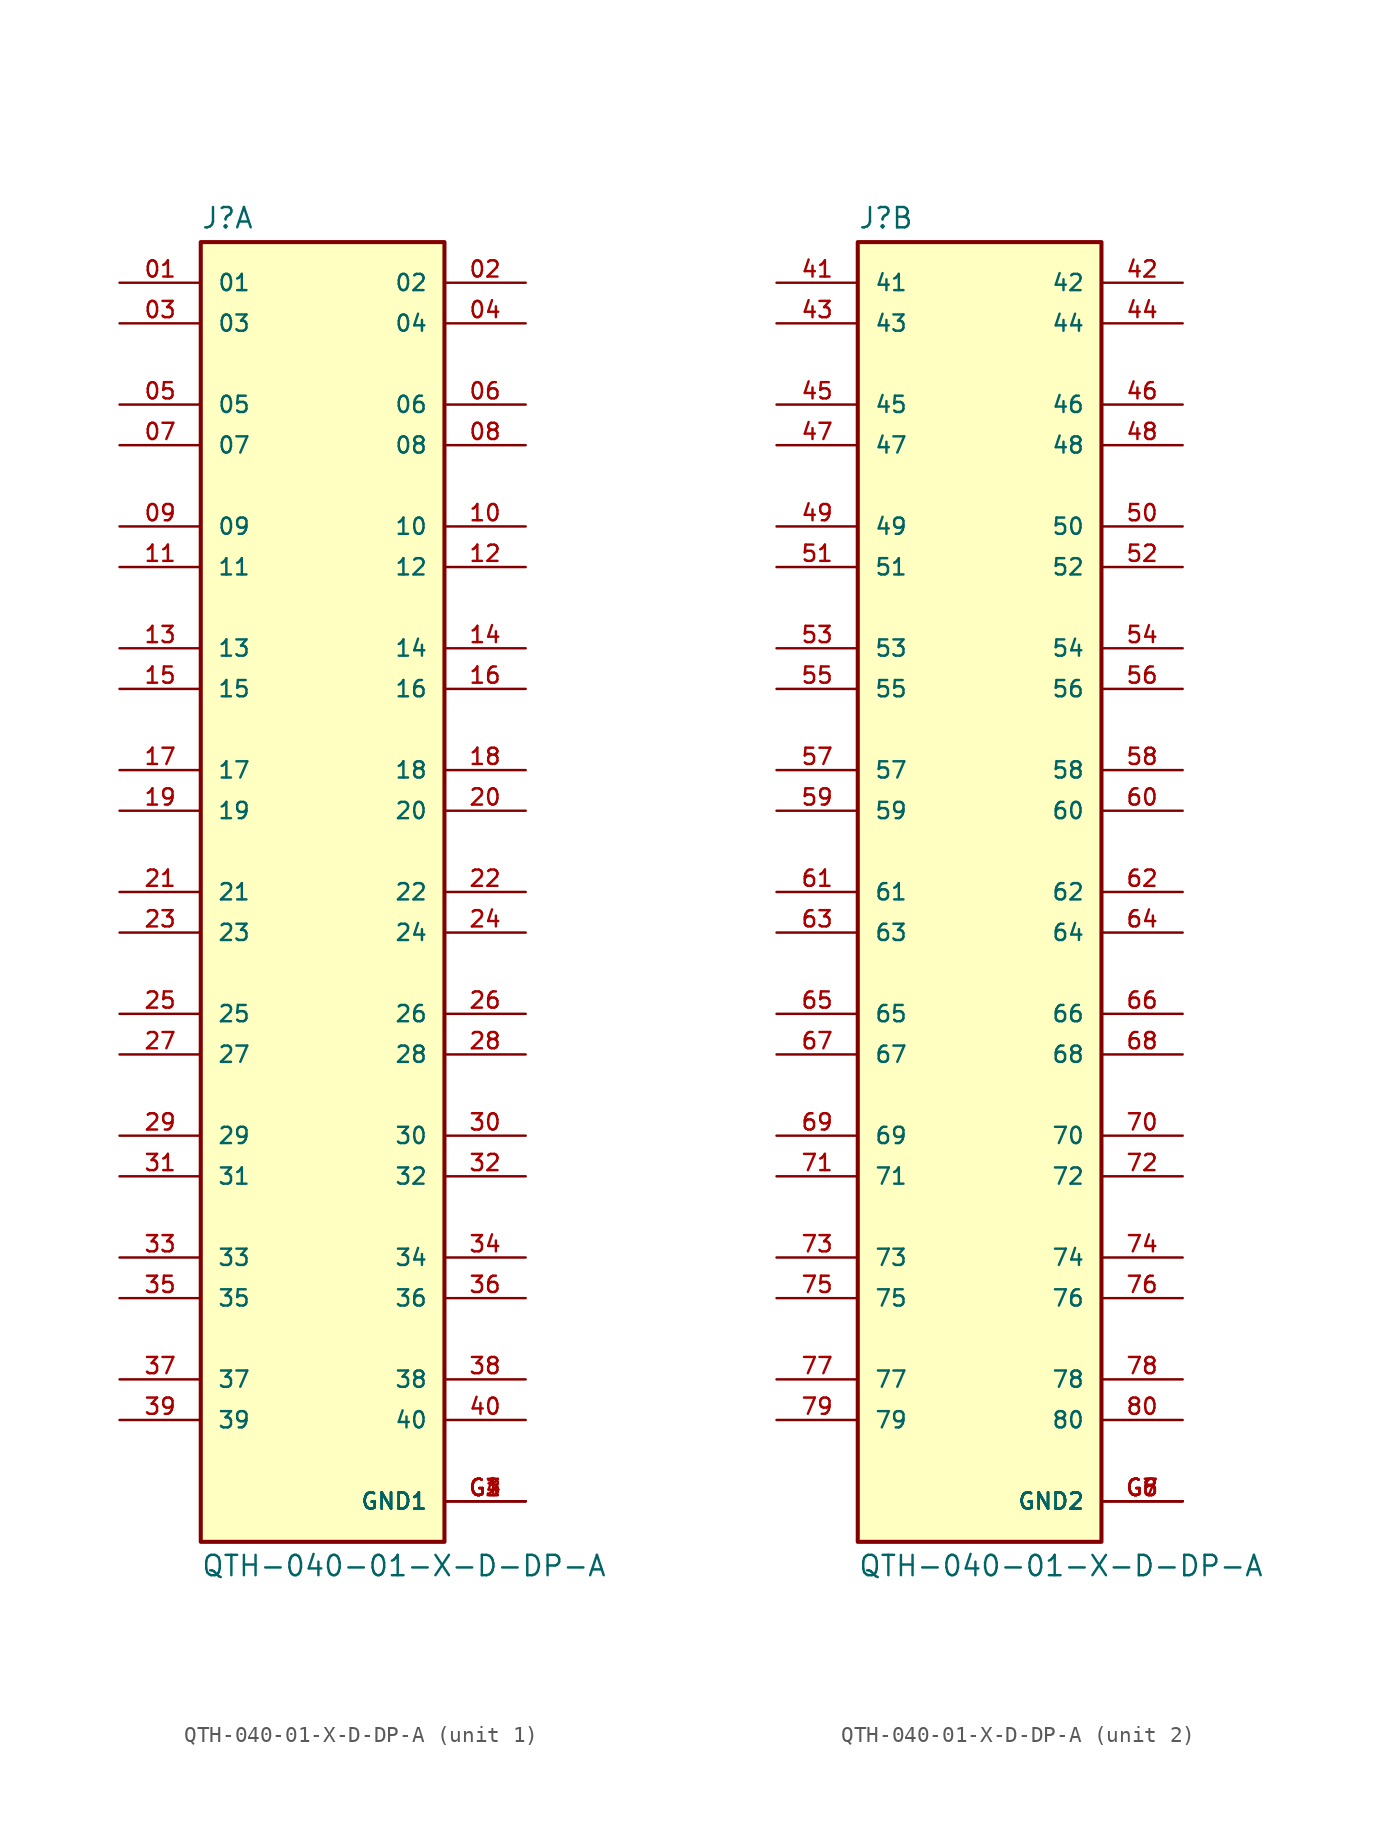
<source format=kicad_sym>
(kicad_symbol_lib
  (version 20211014)
  (generator kicad_symbol_editor)
  (symbol "QTH-040-01-X-D-DP-A"
    (pin_names
      (offset 1.016))
    (property "Reference" "J"
      (at -7.62 41.402 0)
      (effects (font (size 1.27 1.27)) (justify bottom left)))
    (property "Value" "QTH-040-01-X-D-DP-A"
      (at -7.62 -41.402 0)
      (effects (font (size 1.27 1.27)) (justify top left)))
    (symbol "QTH-040-01-X-D-DP-A_1_0"
      (rectangle (start -7.62 -40.64) (end 7.62 40.64) (stroke (width 0.254)) (fill (type background)))
      (pin passive line (at -12.7 38.1 0) (length 5.08) (name "01" (effects (font (size 1.016 1.016)))) (number "01" (effects (font (size 1.016 1.016)))))
      (pin passive line (at 12.7 38.1 180.0) (length 5.08) (name "02" (effects (font (size 1.016 1.016)))) (number "02" (effects (font (size 1.016 1.016)))))
      (pin passive line (at -12.7 35.56 0) (length 5.08) (name "03" (effects (font (size 1.016 1.016)))) (number "03" (effects (font (size 1.016 1.016)))))
      (pin passive line (at 12.7 35.56 180.0) (length 5.08) (name "04" (effects (font (size 1.016 1.016)))) (number "04" (effects (font (size 1.016 1.016)))))
      (pin passive line (at -12.7 30.48 0) (length 5.08) (name "05" (effects (font (size 1.016 1.016)))) (number "05" (effects (font (size 1.016 1.016)))))
      (pin passive line (at 12.7 30.48 180.0) (length 5.08) (name "06" (effects (font (size 1.016 1.016)))) (number "06" (effects (font (size 1.016 1.016)))))
      (pin passive line (at -12.7 27.94 0) (length 5.08) (name "07" (effects (font (size 1.016 1.016)))) (number "07" (effects (font (size 1.016 1.016)))))
      (pin passive line (at 12.7 27.94 180.0) (length 5.08) (name "08" (effects (font (size 1.016 1.016)))) (number "08" (effects (font (size 1.016 1.016)))))
      (pin passive line (at -12.7 22.86 0) (length 5.08) (name "09" (effects (font (size 1.016 1.016)))) (number "09" (effects (font (size 1.016 1.016)))))
      (pin passive line (at 12.7 22.86 180.0) (length 5.08) (name "10" (effects (font (size 1.016 1.016)))) (number "10" (effects (font (size 1.016 1.016)))))
      (pin passive line (at -12.7 20.32 0) (length 5.08) (name "11" (effects (font (size 1.016 1.016)))) (number "11" (effects (font (size 1.016 1.016)))))
      (pin passive line (at 12.7 20.32 180.0) (length 5.08) (name "12" (effects (font (size 1.016 1.016)))) (number "12" (effects (font (size 1.016 1.016)))))
      (pin passive line (at -12.7 15.24 0) (length 5.08) (name "13" (effects (font (size 1.016 1.016)))) (number "13" (effects (font (size 1.016 1.016)))))
      (pin passive line (at 12.7 15.24 180.0) (length 5.08) (name "14" (effects (font (size 1.016 1.016)))) (number "14" (effects (font (size 1.016 1.016)))))
      (pin passive line (at -12.7 12.7 0) (length 5.08) (name "15" (effects (font (size 1.016 1.016)))) (number "15" (effects (font (size 1.016 1.016)))))
      (pin passive line (at 12.7 12.7 180.0) (length 5.08) (name "16" (effects (font (size 1.016 1.016)))) (number "16" (effects (font (size 1.016 1.016)))))
      (pin passive line (at -12.7 7.62 0) (length 5.08) (name "17" (effects (font (size 1.016 1.016)))) (number "17" (effects (font (size 1.016 1.016)))))
      (pin passive line (at 12.7 7.62 180.0) (length 5.08) (name "18" (effects (font (size 1.016 1.016)))) (number "18" (effects (font (size 1.016 1.016)))))
      (pin passive line (at -12.7 5.08 0) (length 5.08) (name "19" (effects (font (size 1.016 1.016)))) (number "19" (effects (font (size 1.016 1.016)))))
      (pin passive line (at 12.7 5.08 180.0) (length 5.08) (name "20" (effects (font (size 1.016 1.016)))) (number "20" (effects (font (size 1.016 1.016)))))
      (pin passive line (at -12.7 0.0 0) (length 5.08) (name "21" (effects (font (size 1.016 1.016)))) (number "21" (effects (font (size 1.016 1.016)))))
      (pin passive line (at 12.7 0.0 180.0) (length 5.08) (name "22" (effects (font (size 1.016 1.016)))) (number "22" (effects (font (size 1.016 1.016)))))
      (pin passive line (at -12.7 -2.54 0) (length 5.08) (name "23" (effects (font (size 1.016 1.016)))) (number "23" (effects (font (size 1.016 1.016)))))
      (pin passive line (at 12.7 -2.54 180.0) (length 5.08) (name "24" (effects (font (size 1.016 1.016)))) (number "24" (effects (font (size 1.016 1.016)))))
      (pin passive line (at -12.7 -7.62 0) (length 5.08) (name "25" (effects (font (size 1.016 1.016)))) (number "25" (effects (font (size 1.016 1.016)))))
      (pin passive line (at 12.7 -7.62 180.0) (length 5.08) (name "26" (effects (font (size 1.016 1.016)))) (number "26" (effects (font (size 1.016 1.016)))))
      (pin passive line (at -12.7 -10.16 0) (length 5.08) (name "27" (effects (font (size 1.016 1.016)))) (number "27" (effects (font (size 1.016 1.016)))))
      (pin passive line (at 12.7 -10.16 180.0) (length 5.08) (name "28" (effects (font (size 1.016 1.016)))) (number "28" (effects (font (size 1.016 1.016)))))
      (pin passive line (at -12.7 -15.24 0) (length 5.08) (name "29" (effects (font (size 1.016 1.016)))) (number "29" (effects (font (size 1.016 1.016)))))
      (pin passive line (at 12.7 -15.24 180.0) (length 5.08) (name "30" (effects (font (size 1.016 1.016)))) (number "30" (effects (font (size 1.016 1.016)))))
      (pin passive line (at -12.7 -17.78 0) (length 5.08) (name "31" (effects (font (size 1.016 1.016)))) (number "31" (effects (font (size 1.016 1.016)))))
      (pin passive line (at 12.7 -17.78 180.0) (length 5.08) (name "32" (effects (font (size 1.016 1.016)))) (number "32" (effects (font (size 1.016 1.016)))))
      (pin passive line (at -12.7 -22.86 0) (length 5.08) (name "33" (effects (font (size 1.016 1.016)))) (number "33" (effects (font (size 1.016 1.016)))))
      (pin passive line (at 12.7 -22.86 180.0) (length 5.08) (name "34" (effects (font (size 1.016 1.016)))) (number "34" (effects (font (size 1.016 1.016)))))
      (pin passive line (at -12.7 -25.4 0) (length 5.08) (name "35" (effects (font (size 1.016 1.016)))) (number "35" (effects (font (size 1.016 1.016)))))
      (pin passive line (at 12.7 -25.4 180.0) (length 5.08) (name "36" (effects (font (size 1.016 1.016)))) (number "36" (effects (font (size 1.016 1.016)))))
      (pin passive line (at -12.7 -30.48 0) (length 5.08) (name "37" (effects (font (size 1.016 1.016)))) (number "37" (effects (font (size 1.016 1.016)))))
      (pin passive line (at 12.7 -30.48 180.0) (length 5.08) (name "38" (effects (font (size 1.016 1.016)))) (number "38" (effects (font (size 1.016 1.016)))))
      (pin passive line (at -12.7 -33.02 0) (length 5.08) (name "39" (effects (font (size 1.016 1.016)))) (number "39" (effects (font (size 1.016 1.016)))))
      (pin passive line (at 12.7 -33.02 180.0) (length 5.08) (name "40" (effects (font (size 1.016 1.016)))) (number "40" (effects (font (size 1.016 1.016)))))
      (pin power_in line (at 12.7 -38.1 180.0) (length 5.08) (name "GND1" (effects (font (size 1.016 1.016)))) (number "G1" (effects (font (size 1.016 1.016)))))
      (pin power_in line (at 12.7 -38.1 180.0) (length 5.08) (name "GND1" (effects (font (size 1.016 1.016)))) (number "G2" (effects (font (size 1.016 1.016)))))
      (pin power_in line (at 12.7 -38.1 180.0) (length 5.08) (name "GND1" (effects (font (size 1.016 1.016)))) (number "G3" (effects (font (size 1.016 1.016)))))
      (pin power_in line (at 12.7 -38.1 180.0) (length 5.08) (name "GND1" (effects (font (size 1.016 1.016)))) (number "G4" (effects (font (size 1.016 1.016))))))
    (symbol "QTH-040-01-X-D-DP-A_2_0"
      (rectangle (start -7.62 -40.64) (end 7.62 40.64) (stroke (width 0.254)) (fill (type background)))
      (pin passive line (at -12.7 38.1 0) (length 5.08) (name "41" (effects (font (size 1.016 1.016)))) (number "41" (effects (font (size 1.016 1.016)))))
      (pin passive line (at 12.7 38.1 180.0) (length 5.08) (name "42" (effects (font (size 1.016 1.016)))) (number "42" (effects (font (size 1.016 1.016)))))
      (pin passive line (at -12.7 35.56 0) (length 5.08) (name "43" (effects (font (size 1.016 1.016)))) (number "43" (effects (font (size 1.016 1.016)))))
      (pin passive line (at 12.7 35.56 180.0) (length 5.08) (name "44" (effects (font (size 1.016 1.016)))) (number "44" (effects (font (size 1.016 1.016)))))
      (pin passive line (at -12.7 30.48 0) (length 5.08) (name "45" (effects (font (size 1.016 1.016)))) (number "45" (effects (font (size 1.016 1.016)))))
      (pin passive line (at 12.7 30.48 180.0) (length 5.08) (name "46" (effects (font (size 1.016 1.016)))) (number "46" (effects (font (size 1.016 1.016)))))
      (pin passive line (at -12.7 27.94 0) (length 5.08) (name "47" (effects (font (size 1.016 1.016)))) (number "47" (effects (font (size 1.016 1.016)))))
      (pin passive line (at 12.7 27.94 180.0) (length 5.08) (name "48" (effects (font (size 1.016 1.016)))) (number "48" (effects (font (size 1.016 1.016)))))
      (pin passive line (at -12.7 22.86 0) (length 5.08) (name "49" (effects (font (size 1.016 1.016)))) (number "49" (effects (font (size 1.016 1.016)))))
      (pin passive line (at 12.7 22.86 180.0) (length 5.08) (name "50" (effects (font (size 1.016 1.016)))) (number "50" (effects (font (size 1.016 1.016)))))
      (pin passive line (at -12.7 20.32 0) (length 5.08) (name "51" (effects (font (size 1.016 1.016)))) (number "51" (effects (font (size 1.016 1.016)))))
      (pin passive line (at 12.7 20.32 180.0) (length 5.08) (name "52" (effects (font (size 1.016 1.016)))) (number "52" (effects (font (size 1.016 1.016)))))
      (pin passive line (at -12.7 15.24 0) (length 5.08) (name "53" (effects (font (size 1.016 1.016)))) (number "53" (effects (font (size 1.016 1.016)))))
      (pin passive line (at 12.7 15.24 180.0) (length 5.08) (name "54" (effects (font (size 1.016 1.016)))) (number "54" (effects (font (size 1.016 1.016)))))
      (pin passive line (at -12.7 12.7 0) (length 5.08) (name "55" (effects (font (size 1.016 1.016)))) (number "55" (effects (font (size 1.016 1.016)))))
      (pin passive line (at 12.7 12.7 180.0) (length 5.08) (name "56" (effects (font (size 1.016 1.016)))) (number "56" (effects (font (size 1.016 1.016)))))
      (pin passive line (at -12.7 7.62 0) (length 5.08) (name "57" (effects (font (size 1.016 1.016)))) (number "57" (effects (font (size 1.016 1.016)))))
      (pin passive line (at 12.7 7.62 180.0) (length 5.08) (name "58" (effects (font (size 1.016 1.016)))) (number "58" (effects (font (size 1.016 1.016)))))
      (pin passive line (at -12.7 5.08 0) (length 5.08) (name "59" (effects (font (size 1.016 1.016)))) (number "59" (effects (font (size 1.016 1.016)))))
      (pin passive line (at 12.7 5.08 180.0) (length 5.08) (name "60" (effects (font (size 1.016 1.016)))) (number "60" (effects (font (size 1.016 1.016)))))
      (pin passive line (at -12.7 0.0 0) (length 5.08) (name "61" (effects (font (size 1.016 1.016)))) (number "61" (effects (font (size 1.016 1.016)))))
      (pin passive line (at 12.7 0.0 180.0) (length 5.08) (name "62" (effects (font (size 1.016 1.016)))) (number "62" (effects (font (size 1.016 1.016)))))
      (pin passive line (at -12.7 -2.54 0) (length 5.08) (name "63" (effects (font (size 1.016 1.016)))) (number "63" (effects (font (size 1.016 1.016)))))
      (pin passive line (at 12.7 -2.54 180.0) (length 5.08) (name "64" (effects (font (size 1.016 1.016)))) (number "64" (effects (font (size 1.016 1.016)))))
      (pin passive line (at -12.7 -7.62 0) (length 5.08) (name "65" (effects (font (size 1.016 1.016)))) (number "65" (effects (font (size 1.016 1.016)))))
      (pin passive line (at 12.7 -7.62 180.0) (length 5.08) (name "66" (effects (font (size 1.016 1.016)))) (number "66" (effects (font (size 1.016 1.016)))))
      (pin passive line (at -12.7 -10.16 0) (length 5.08) (name "67" (effects (font (size 1.016 1.016)))) (number "67" (effects (font (size 1.016 1.016)))))
      (pin passive line (at 12.7 -10.16 180.0) (length 5.08) (name "68" (effects (font (size 1.016 1.016)))) (number "68" (effects (font (size 1.016 1.016)))))
      (pin passive line (at -12.7 -15.24 0) (length 5.08) (name "69" (effects (font (size 1.016 1.016)))) (number "69" (effects (font (size 1.016 1.016)))))
      (pin passive line (at 12.7 -15.24 180.0) (length 5.08) (name "70" (effects (font (size 1.016 1.016)))) (number "70" (effects (font (size 1.016 1.016)))))
      (pin passive line (at -12.7 -17.78 0) (length 5.08) (name "71" (effects (font (size 1.016 1.016)))) (number "71" (effects (font (size 1.016 1.016)))))
      (pin passive line (at 12.7 -17.78 180.0) (length 5.08) (name "72" (effects (font (size 1.016 1.016)))) (number "72" (effects (font (size 1.016 1.016)))))
      (pin passive line (at -12.7 -22.86 0) (length 5.08) (name "73" (effects (font (size 1.016 1.016)))) (number "73" (effects (font (size 1.016 1.016)))))
      (pin passive line (at 12.7 -22.86 180.0) (length 5.08) (name "74" (effects (font (size 1.016 1.016)))) (number "74" (effects (font (size 1.016 1.016)))))
      (pin passive line (at -12.7 -25.4 0) (length 5.08) (name "75" (effects (font (size 1.016 1.016)))) (number "75" (effects (font (size 1.016 1.016)))))
      (pin passive line (at 12.7 -25.4 180.0) (length 5.08) (name "76" (effects (font (size 1.016 1.016)))) (number "76" (effects (font (size 1.016 1.016)))))
      (pin passive line (at -12.7 -30.48 0) (length 5.08) (name "77" (effects (font (size 1.016 1.016)))) (number "77" (effects (font (size 1.016 1.016)))))
      (pin passive line (at 12.7 -30.48 180.0) (length 5.08) (name "78" (effects (font (size 1.016 1.016)))) (number "78" (effects (font (size 1.016 1.016)))))
      (pin passive line (at -12.7 -33.02 0) (length 5.08) (name "79" (effects (font (size 1.016 1.016)))) (number "79" (effects (font (size 1.016 1.016)))))
      (pin passive line (at 12.7 -33.02 180.0) (length 5.08) (name "80" (effects (font (size 1.016 1.016)))) (number "80" (effects (font (size 1.016 1.016)))))
      (pin power_in line (at 12.7 -38.1 180.0) (length 5.08) (name "GND2" (effects (font (size 1.016 1.016)))) (number "G5" (effects (font (size 1.016 1.016)))))
      (pin power_in line (at 12.7 -38.1 180.0) (length 5.08) (name "GND2" (effects (font (size 1.016 1.016)))) (number "G6" (effects (font (size 1.016 1.016)))))
      (pin power_in line (at 12.7 -38.1 180.0) (length 5.08) (name "GND2" (effects (font (size 1.016 1.016)))) (number "G7" (effects (font (size 1.016 1.016)))))
      (pin power_in line (at 12.7 -38.1 180.0) (length 5.08) (name "GND2" (effects (font (size 1.016 1.016)))) (number "G8" (effects (font (size 1.016 1.016))))))))
</source>
